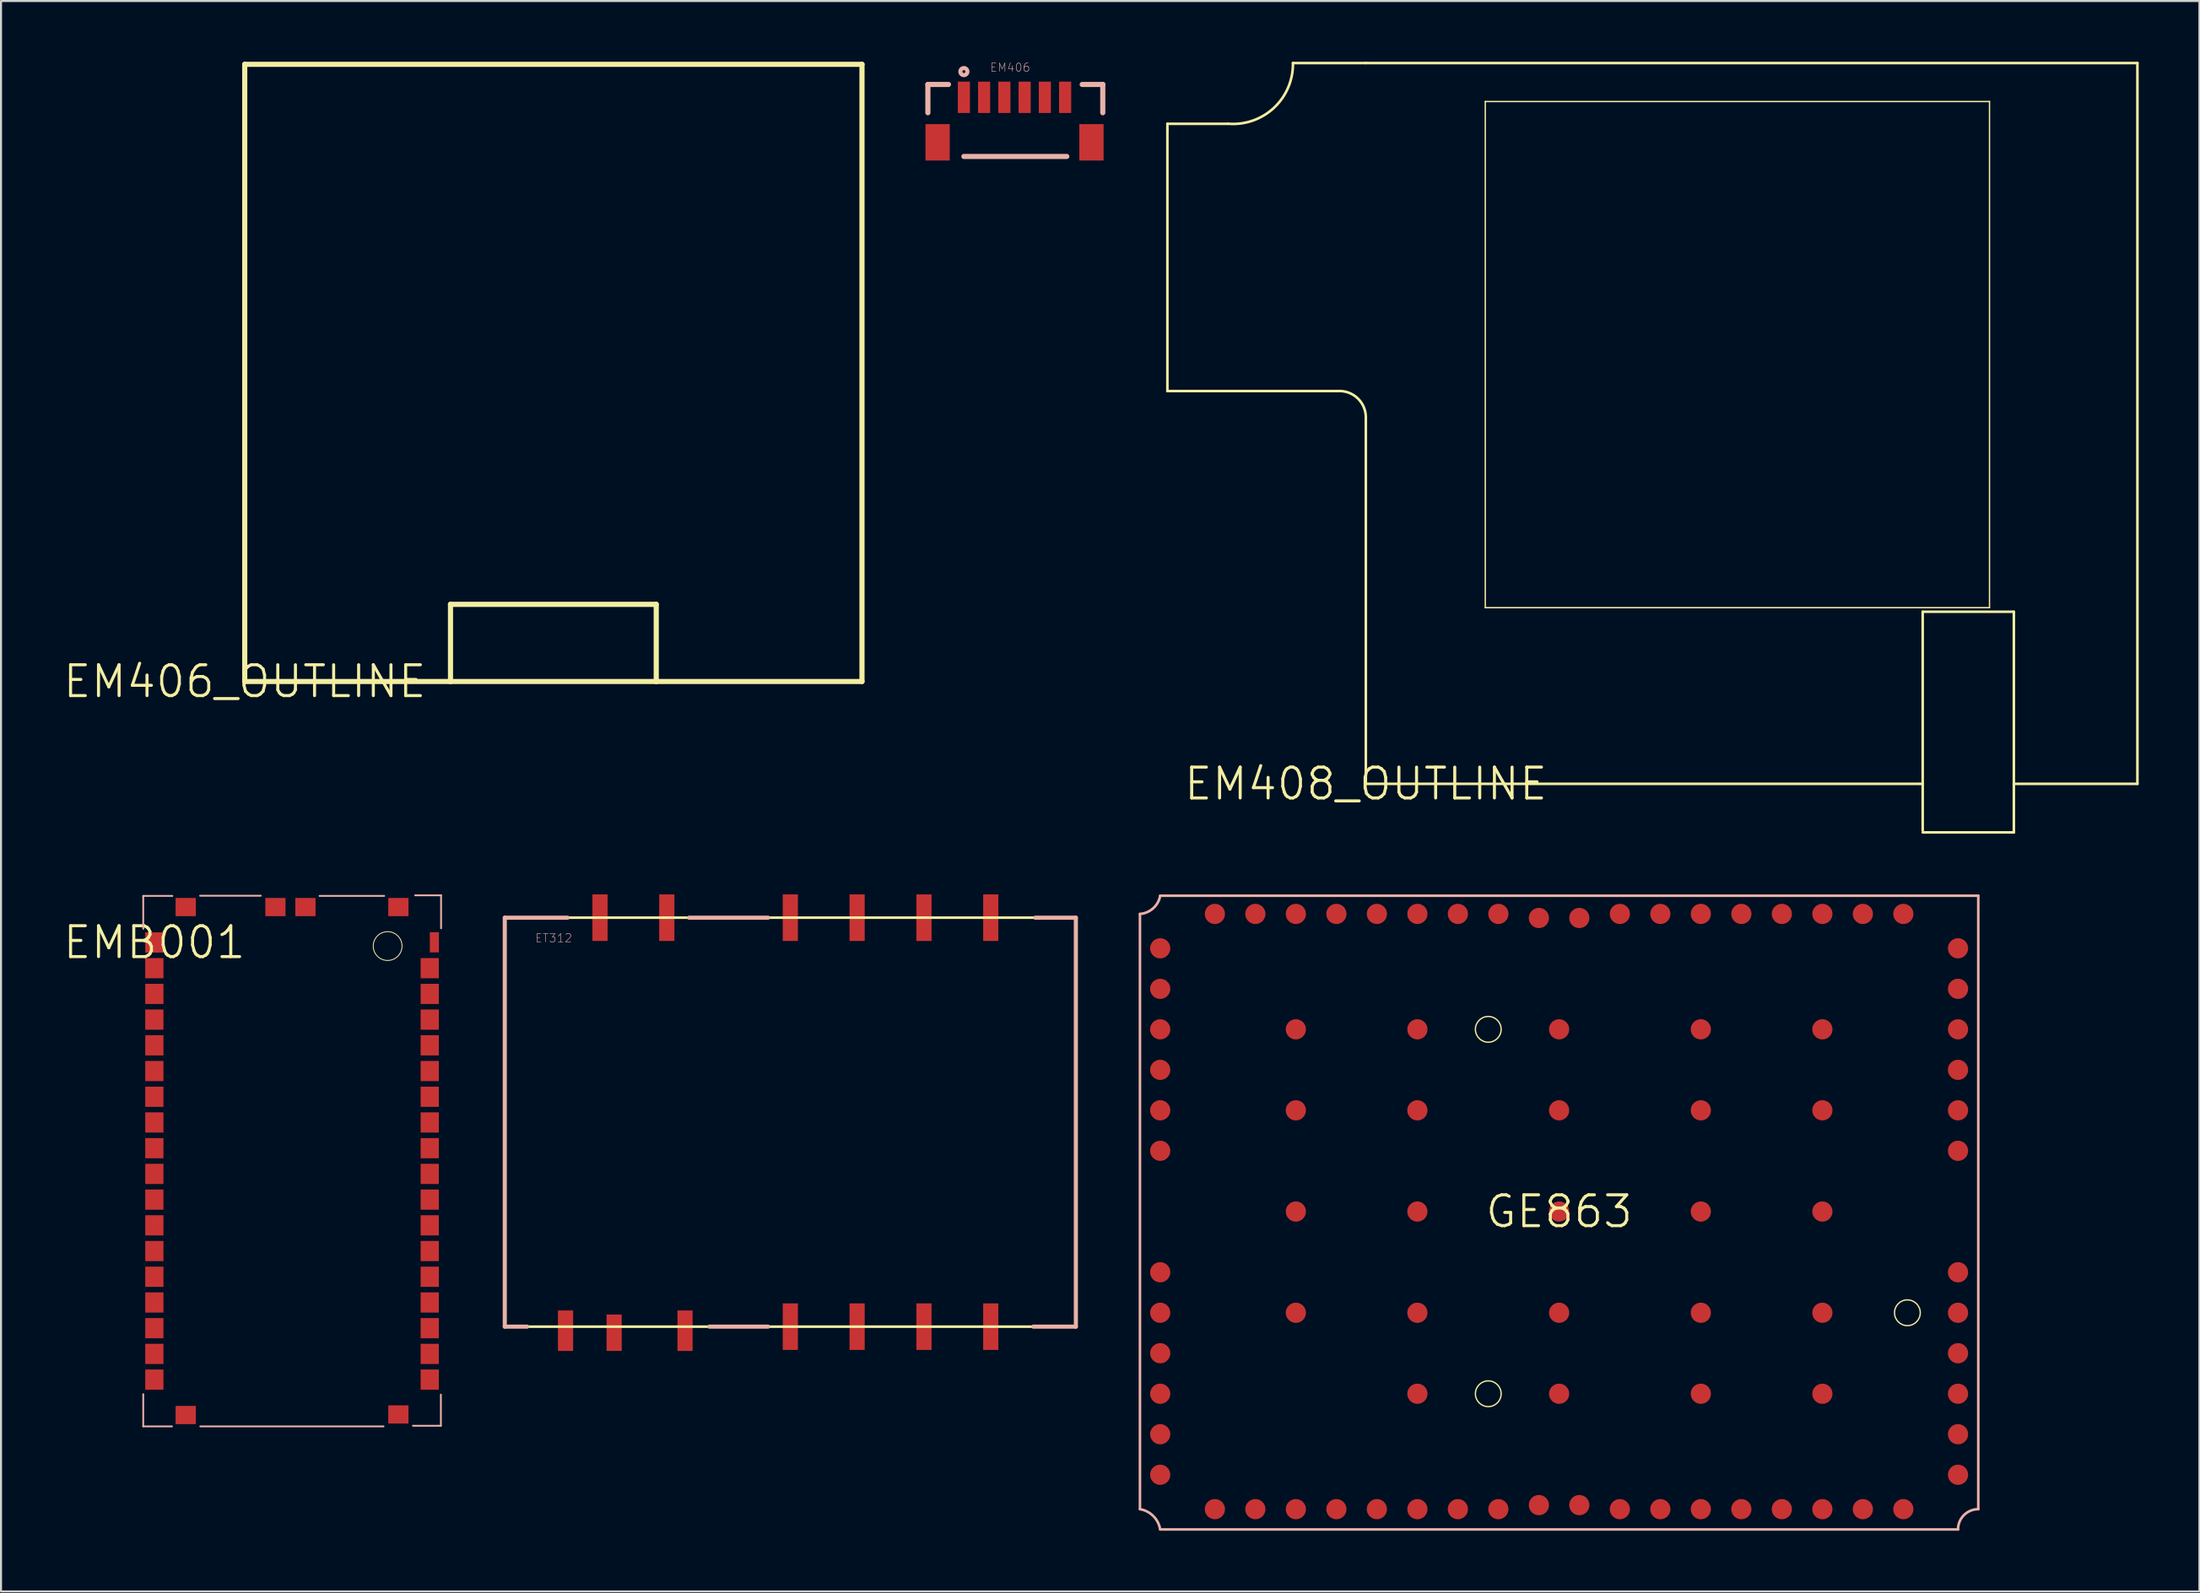
<source format=kicad_pcb>
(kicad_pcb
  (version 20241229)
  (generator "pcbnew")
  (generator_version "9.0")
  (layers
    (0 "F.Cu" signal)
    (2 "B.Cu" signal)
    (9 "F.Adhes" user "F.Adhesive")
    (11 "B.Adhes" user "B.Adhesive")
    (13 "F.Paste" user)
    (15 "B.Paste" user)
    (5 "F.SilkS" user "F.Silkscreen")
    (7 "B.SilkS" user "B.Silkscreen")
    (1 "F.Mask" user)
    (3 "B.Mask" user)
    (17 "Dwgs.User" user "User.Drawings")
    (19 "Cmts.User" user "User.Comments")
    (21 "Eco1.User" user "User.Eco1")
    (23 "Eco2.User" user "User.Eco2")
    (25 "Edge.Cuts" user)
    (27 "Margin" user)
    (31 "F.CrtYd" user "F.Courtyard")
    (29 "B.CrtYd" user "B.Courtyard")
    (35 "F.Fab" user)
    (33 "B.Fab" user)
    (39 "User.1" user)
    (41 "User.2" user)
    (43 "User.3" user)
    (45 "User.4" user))
  (footprint "EM408_OUTLINE"
    (layer "F.Cu")
    (at 64.395 35.662)
    (property "Reference" "EM408_OUTLINE" (at 0 0 0) (layer "F.SilkS") (effects (font (size 1.524 1.524) (thickness 0.15))))
    (attr exclude_from_pos_files exclude_from_bom)
    (fp_line (start -9.799 -32.598) (end -9.799 -32.299) (stroke (width 0.127) (type solid)) (layer "F.SilkS"))
    (fp_line (start -9.799 -32.299) (end -9.799 -19.398) (stroke (width 0.127) (type solid)) (layer "F.SilkS"))
    (fp_line (start -9.799 -19.398) (end -1.4 -19.398) (stroke (width 0.127) (type solid)) (layer "F.SilkS"))
    (fp_line (start -6.8 -32.598) (end -9.799 -32.598) (stroke (width 0.127) (type solid)) (layer "F.SilkS"))
    (fp_line (start 0 -35.598) (end -3.599 -35.598) (stroke (width 0.127) (type solid)) (layer "F.SilkS"))
    (fp_line (start 0 -18.098) (end 0 0) (stroke (width 0.127) (type solid)) (layer "F.SilkS"))
    (fp_line (start 0 0) (end 27.498 0) (stroke (width 0.127) (type solid)) (layer "F.SilkS"))
    (fp_line (start 5.898 -33.698) (end 30.797 -33.698) (stroke (width 0.066) (type solid)) (layer "F.SilkS"))
    (fp_line (start 5.898 -8.7) (end 5.898 -33.698) (stroke (width 0.066) (type solid)) (layer "F.SilkS"))
    (fp_line (start 5.898 -8.7) (end 30.797 -8.7) (stroke (width 0.066) (type solid)) (layer "F.SilkS"))
    (fp_line (start 27.498 -8.499) (end 27.498 0) (stroke (width 0.127) (type solid)) (layer "F.SilkS"))
    (fp_line (start 27.498 0) (end 27.498 2.299) (stroke (width 0.127) (type solid)) (layer "F.SilkS"))
    (fp_line (start 27.498 2.398) (end 31.999 2.398) (stroke (width 0.127) (type solid)) (layer "F.SilkS"))
    (fp_line (start 30.797 -8.7) (end 30.797 -33.698) (stroke (width 0.066) (type solid)) (layer "F.SilkS"))
    (fp_line (start 31.999 -8.499) (end 27.498 -8.499) (stroke (width 0.127) (type solid)) (layer "F.SilkS"))
    (fp_line (start 31.999 0) (end 31.999 -8.499) (stroke (width 0.127) (type solid)) (layer "F.SilkS"))
    (fp_line (start 31.999 2.398) (end 31.999 0) (stroke (width 0.127) (type solid)) (layer "F.SilkS"))
    (fp_line (start 38.1 -35.598) (end 0 -35.598) (stroke (width 0.127) (type solid)) (layer "F.SilkS"))
    (fp_line (start 38.1 0) (end 31.999 0) (stroke (width 0.127) (type solid)) (layer "F.SilkS"))
    (fp_line (start 38.1 0) (end 38.1 -35.598) (stroke (width 0.127) (type solid)) (layer "F.SilkS"))
    (fp_arc (start -3.59918 -35.5981) (mid -4.53484 -33.390142) (end -6.799008 -32.600153) (stroke (width 0.127) (type solid)) (layer "F.SilkS"))
    (fp_arc (start -1.39954 -19.39798) (mid -0.416066 -19.053469) (end 0.001036 -18.098516) (stroke (width 0.127) (type solid)) (layer "F.SilkS")))
  (footprint "EMB001"
    (layer "F.Cu")
    (at 4.572 43.496)
    (property "Reference" "EMB001" (at 0 0 0) (layer "F.SilkS") (effects (font (size 1.524 1.524) (thickness 0.15))))
    (attr smd)
    (fp_circle (center 11.519 0.178) (end 12.022 0.681) (stroke (width 0.043) (type solid)) (fill no) (layer "F.SilkS"))
    (fp_line (start -0.549 -2.299) (end -0.549 -0.678) (stroke (width 0.089) (type solid)) (layer "B.SilkS"))
    (fp_line (start -0.549 22.309) (end -0.549 23.899) (stroke (width 0.089) (type solid)) (layer "B.SilkS"))
    (fp_line (start -0.549 23.899) (end 0.869 23.899) (stroke (width 0.089) (type solid)) (layer "B.SilkS"))
    (fp_line (start 0.889 -2.299) (end -0.549 -2.299) (stroke (width 0.089) (type solid)) (layer "B.SilkS"))
    (fp_line (start 2.258 -2.309) (end 5.258 -2.309) (stroke (width 0.089) (type solid)) (layer "B.SilkS"))
    (fp_line (start 2.268 23.899) (end 11.318 23.899) (stroke (width 0.089) (type solid)) (layer "B.SilkS"))
    (fp_line (start 8.158 -2.299) (end 11.349 -2.299) (stroke (width 0.089) (type solid)) (layer "B.SilkS"))
    (fp_line (start 12.769 23.868) (end 14.148 23.868) (stroke (width 0.089) (type solid)) (layer "B.SilkS"))
    (fp_line (start 12.878 -2.329) (end 14.158 -2.329) (stroke (width 0.089) (type solid)) (layer "B.SilkS"))
    (fp_line (start 14.148 23.868) (end 14.148 22.329) (stroke (width 0.089) (type solid)) (layer "B.SilkS"))
    (fp_line (start 14.158 -2.329) (end 14.158 -0.699) (stroke (width 0.089) (type solid)) (layer "B.SilkS"))
    (pad "1" smd rect (at 13.828 -0.008) (size 0.45 0.998) (layers "F.Cu" "F.Mask" "F.Paste"))
    (pad "2" smd rect (at 13.599 1.27) (size 0.899 0.998) (layers "F.Cu" "F.Mask" "F.Paste"))
    (pad "3" smd rect (at 13.599 2.54) (size 0.899 0.998) (layers "F.Cu" "F.Mask" "F.Paste"))
    (pad "4" smd rect (at 13.599 3.81) (size 0.899 0.998) (layers "F.Cu" "F.Mask" "F.Paste"))
    (pad "5" smd rect (at 13.599 5.08) (size 0.899 0.998) (layers "F.Cu" "F.Mask" "F.Paste"))
    (pad "6" smd rect (at 13.599 6.35) (size 0.899 0.998) (layers "F.Cu" "F.Mask" "F.Paste"))
    (pad "7" smd rect (at 13.599 7.62) (size 0.899 0.998) (layers "F.Cu" "F.Mask" "F.Paste"))
    (pad "8" smd rect (at 13.599 8.89) (size 0.899 0.998) (layers "F.Cu" "F.Mask" "F.Paste"))
    (pad "9" smd rect (at 13.599 10.16) (size 0.899 0.998) (layers "F.Cu" "F.Mask" "F.Paste"))
    (pad "10" smd rect (at 13.599 11.43) (size 0.899 0.998) (layers "F.Cu" "F.Mask" "F.Paste"))
    (pad "11" smd rect (at 13.599 12.7) (size 0.899 0.998) (layers "F.Cu" "F.Mask" "F.Paste"))
    (pad "12" smd rect (at 13.599 13.97) (size 0.899 0.998) (layers "F.Cu" "F.Mask" "F.Paste"))
    (pad "13" smd rect (at 13.599 15.24) (size 0.899 0.998) (layers "F.Cu" "F.Mask" "F.Paste"))
    (pad "14" smd rect (at 13.599 16.51) (size 0.899 0.998) (layers "F.Cu" "F.Mask" "F.Paste"))
    (pad "15" smd rect (at 13.599 17.78) (size 0.899 0.998) (layers "F.Cu" "F.Mask" "F.Paste"))
    (pad "16" smd rect (at 13.599 19.05) (size 0.899 0.998) (layers "F.Cu" "F.Mask" "F.Paste"))
    (pad "17" smd rect (at 13.599 20.32) (size 0.899 0.998) (layers "F.Cu" "F.Mask" "F.Paste"))
    (pad "18" smd rect (at 13.599 21.59) (size 0.899 0.998) (layers "F.Cu" "F.Mask" "F.Paste"))
    (pad "19" smd rect (at 12.05 23.31) (size 0.998 0.899) (layers "F.Cu" "F.Mask" "F.Paste"))
    (pad "20" smd rect (at 1.549 23.338) (size 0.998 0.899) (layers "F.Cu" "F.Mask" "F.Paste"))
    (pad "21" smd rect (at 0 21.59) (size 0.899 0.998) (layers "F.Cu" "F.Mask" "F.Paste"))
    (pad "22" smd rect (at 0 20.32) (size 0.899 0.998) (layers "F.Cu" "F.Mask" "F.Paste"))
    (pad "23" smd rect (at 0 19.05) (size 0.899 0.998) (layers "F.Cu" "F.Mask" "F.Paste"))
    (pad "24" smd rect (at 0 17.78) (size 0.899 0.998) (layers "F.Cu" "F.Mask" "F.Paste"))
    (pad "25" smd rect (at 0 16.51) (size 0.899 0.998) (layers "F.Cu" "F.Mask" "F.Paste"))
    (pad "26" smd rect (at 0 15.24) (size 0.899 0.998) (layers "F.Cu" "F.Mask" "F.Paste"))
    (pad "27" smd rect (at 0 13.97) (size 0.899 0.998) (layers "F.Cu" "F.Mask" "F.Paste"))
    (pad "28" smd rect (at 0 12.7) (size 0.899 0.998) (layers "F.Cu" "F.Mask" "F.Paste"))
    (pad "29" smd rect (at 0 11.43) (size 0.899 0.998) (layers "F.Cu" "F.Mask" "F.Paste"))
    (pad "30" smd rect (at 0 10.16) (size 0.899 0.998) (layers "F.Cu" "F.Mask" "F.Paste"))
    (pad "31" smd rect (at 0 8.89) (size 0.899 0.998) (layers "F.Cu" "F.Mask" "F.Paste"))
    (pad "32" smd rect (at 0 7.62) (size 0.899 0.998) (layers "F.Cu" "F.Mask" "F.Paste"))
    (pad "33" smd rect (at 0 6.35) (size 0.899 0.998) (layers "F.Cu" "F.Mask" "F.Paste"))
    (pad "34" smd rect (at 0 5.08) (size 0.899 0.998) (layers "F.Cu" "F.Mask" "F.Paste"))
    (pad "35" smd rect (at 0 3.81) (size 0.899 0.998) (layers "F.Cu" "F.Mask" "F.Paste"))
    (pad "36" smd rect (at 0 2.54) (size 0.899 0.998) (layers "F.Cu" "F.Mask" "F.Paste"))
    (pad "37" smd rect (at 0 1.27) (size 0.899 0.998) (layers "F.Cu" "F.Mask" "F.Paste"))
    (pad "38" smd rect (at 0 0) (size 0.899 0.998) (layers "F.Cu" "F.Mask" "F.Paste"))
    (pad "39" smd rect (at 1.549 -1.748) (size 0.998 0.899) (layers "F.Cu" "F.Mask" "F.Paste"))
    (pad "40" smd rect (at 5.979 -1.748) (size 0.998 0.899) (layers "F.Cu" "F.Mask" "F.Paste"))
    (pad "41" smd rect (at 7.46 -1.748) (size 0.998 0.899) (layers "F.Cu" "F.Mask" "F.Paste"))
    (pad "42" smd rect (at 12.05 -1.748) (size 0.998 0.899) (layers "F.Cu" "F.Mask" "F.Paste")))
  (footprint "EM406_OUTLINE"
    (layer "F.Cu")
    (at 9.035 30.607)
    (property "Reference" "EM406_OUTLINE" (at 0 0 0) (layer "F.SilkS") (effects (font (size 1.524 1.524) (thickness 0.15))))
    (attr exclude_from_pos_files exclude_from_bom)
    (fp_line (start 0 -30.48) (end 30.48 -30.48) (stroke (width 0.254) (type solid)) (layer "F.SilkS"))
    (fp_line (start 0 0) (end 0 -30.48) (stroke (width 0.254) (type solid)) (layer "F.SilkS"))
    (fp_line (start 10.16 0) (end 0 0) (stroke (width 0.254) (type solid)) (layer "F.SilkS"))
    (fp_line (start 10.16 0) (end 10.16 -3.81) (stroke (width 0.254) (type solid)) (layer "F.SilkS"))
    (fp_line (start 20.32 -3.81) (end 10.16 -3.81) (stroke (width 0.254) (type solid)) (layer "F.SilkS"))
    (fp_line (start 20.32 0) (end 10.16 0) (stroke (width 0.254) (type solid)) (layer "F.SilkS"))
    (fp_line (start 20.32 0) (end 20.32 -3.81) (stroke (width 0.254) (type solid)) (layer "F.SilkS"))
    (fp_line (start 30.48 -30.48) (end 30.48 0) (stroke (width 0.254) (type solid)) (layer "F.SilkS"))
    (fp_line (start 30.48 0) (end 20.32 0) (stroke (width 0.254) (type solid)) (layer "F.SilkS")))
  (footprint "EM406"
    (layer "F.Cu")
    (at 44.547 1.756)
    (property "Reference" "EM406" (at 2.286 -1.473 0) (layer "B.SilkS") (effects (font (size 0.406 0.406) (thickness 0.025))))
    (attr smd)
    (fp_line (start -1.778 -0.635) (end -0.762 -0.635) (stroke (width 0.254) (type solid)) (layer "B.SilkS"))
    (fp_line (start -1.778 0.762) (end -1.778 -0.635) (stroke (width 0.254) (type solid)) (layer "B.SilkS"))
    (fp_line (start 0 2.921) (end 5.08 2.921) (stroke (width 0.254) (type solid)) (layer "B.SilkS"))
    (fp_line (start 5.842 -0.635) (end 6.858 -0.635) (stroke (width 0.254) (type solid)) (layer "B.SilkS"))
    (fp_line (start 6.858 -0.635) (end 6.858 0.762) (stroke (width 0.254) (type solid)) (layer "B.SilkS"))
    (fp_circle (center 0 -1.27) (end -0.051 -1.321) (stroke (width 0.203) (type solid)) (fill no) (layer "B.SilkS"))
    (pad "1" smd rect (at 0 0) (size 0.599 1.549) (layers "F.Cu" "F.Mask" "F.Paste"))
    (pad "2" smd rect (at 0.998 0) (size 0.599 1.549) (layers "F.Cu" "F.Mask" "F.Paste"))
    (pad "3" smd rect (at 1.999 0) (size 0.599 1.549) (layers "F.Cu" "F.Mask" "F.Paste"))
    (pad "4" smd rect (at 3 0) (size 0.599 1.549) (layers "F.Cu" "F.Mask" "F.Paste"))
    (pad "5" smd rect (at 3.998 0) (size 0.599 1.549) (layers "F.Cu" "F.Mask" "F.Paste"))
    (pad "6" smd rect (at 4.999 0) (size 0.599 1.549) (layers "F.Cu" "F.Mask" "F.Paste"))
    (pad "P$1" smd rect (at -1.298 2.223) (size 1.199 1.798) (layers "F.Cu" "F.Mask" "F.Paste"))
    (pad "P$2" smd rect (at 6.299 2.223) (size 1.199 1.798) (layers "F.Cu" "F.Mask" "F.Paste")))
  (footprint "ET312"
    (layer "F.Cu")
    (at 35.976 52.371)
    (property "Reference" "ET312" (at -11.684 -9.093 0) (layer "B.SilkS") (effects (font (size 0.406 0.406) (thickness 0.025))))
    (attr smd)
    (fp_line (start -14.1 -10.099) (end 14.1 -10.099) (stroke (width 0.127) (type solid)) (layer "F.SilkS"))
    (fp_line (start -14.1 10.099) (end -14.1 -10.099) (stroke (width 0.127) (type solid)) (layer "F.SilkS"))
    (fp_line (start 14.1 -10.099) (end 14.1 10.099) (stroke (width 0.127) (type solid)) (layer "F.SilkS"))
    (fp_line (start 14.1 10.099) (end -14.1 10.099) (stroke (width 0.127) (type solid)) (layer "F.SilkS"))
    (fp_line (start -14.1 -10.099) (end -14.1 10.099) (stroke (width 0.203) (type solid)) (layer "B.SilkS"))
    (fp_line (start -14.1 10.099) (end -13 10.099) (stroke (width 0.203) (type solid)) (layer "B.SilkS"))
    (fp_line (start -10.998 -10.099) (end -14.1 -10.099) (stroke (width 0.203) (type solid)) (layer "B.SilkS"))
    (fp_line (start -4.999 -10.099) (end -1.1 -10.099) (stroke (width 0.203) (type solid)) (layer "B.SilkS"))
    (fp_line (start -3.998 10.099) (end -1.1 10.099) (stroke (width 0.203) (type solid)) (layer "B.SilkS"))
    (fp_line (start 11.999 10.099) (end 14.1 10.099) (stroke (width 0.203) (type solid)) (layer "B.SilkS"))
    (fp_line (start 14.1 -10.099) (end 12.098 -10.099) (stroke (width 0.203) (type solid)) (layer "B.SilkS"))
    (fp_line (start 14.1 10.099) (end 14.1 -10.099) (stroke (width 0.203) (type solid)) (layer "B.SilkS"))
    (pad "1" smd rect (at -9.398 -10.099) (size 0.749 2.299) (layers "F.Cu" "F.Mask" "F.Paste"))
    (pad "2" smd rect (at -6.099 -10.099) (size 0.749 2.299) (layers "F.Cu" "F.Mask" "F.Paste"))
    (pad "3" smd rect (at 0 -10.099) (size 0.749 2.299) (layers "F.Cu" "F.Mask" "F.Paste"))
    (pad "4" smd rect (at 3.299 -10.099) (size 0.749 2.299) (layers "F.Cu" "F.Mask" "F.Paste"))
    (pad "5" smd rect (at 6.599 -10.099) (size 0.749 2.299) (layers "F.Cu" "F.Mask" "F.Paste"))
    (pad "6" smd rect (at 9.898 -10.099) (size 0.749 2.299) (layers "F.Cu" "F.Mask" "F.Paste"))
    (pad "7" smd rect (at 9.898 10.099) (size 0.749 2.299) (layers "F.Cu" "F.Mask" "F.Paste"))
    (pad "8" smd rect (at 6.599 10.099) (size 0.749 2.299) (layers "F.Cu" "F.Mask" "F.Paste"))
    (pad "9" smd rect (at 3.299 10.099) (size 0.749 2.299) (layers "F.Cu" "F.Mask" "F.Paste"))
    (pad "10" smd rect (at 0 10.099) (size 0.749 2.299) (layers "F.Cu" "F.Mask" "F.Paste"))
    (pad "11" smd rect (at -5.199 10.3) (size 0.749 1.999) (layers "F.Cu" "F.Mask" "F.Paste"))
    (pad "12" smd rect (at -8.7 10.399) (size 0.749 1.798) (layers "F.Cu" "F.Mask" "F.Paste"))
    (pad "13" smd rect (at -11.1 10.3) (size 0.749 1.999) (layers "F.Cu" "F.Mask" "F.Paste")))
  (footprint "GE863"
    (layer "F.Cu")
    (at 73.939 56.785)
    (property "Reference" "GE863" (at 0 0 0) (layer "F.SilkS") (effects (font (size 1.524 1.524) (thickness 0.15))))
    (attr smd)
    (fp_circle (center -3.498 -8.999) (end -3.947 -9.449) (stroke (width 0.064) (type solid)) (fill no) (layer "F.SilkS"))
    (fp_circle (center -3.498 8.999) (end -3.947 9.449) (stroke (width 0.064) (type solid)) (fill no) (layer "F.SilkS"))
    (fp_circle (center 17.198 4.999) (end 17.648 5.448) (stroke (width 0.064) (type solid)) (fill no) (layer "F.SilkS"))
    (fp_line (start -20.698 -14.699) (end -20.698 14.699) (stroke (width 0.127) (type solid)) (layer "B.SilkS"))
    (fp_line (start -19.698 -15.598) (end 20.698 -15.598) (stroke (width 0.127) (type solid)) (layer "B.SilkS"))
    (fp_line (start -19.698 15.7) (end 19.698 15.7) (stroke (width 0.127) (type solid)) (layer "B.SilkS"))
    (fp_line (start 20.698 -15.598) (end 20.698 14.699) (stroke (width 0.127) (type solid)) (layer "B.SilkS"))
    (fp_arc (start -20.69846 14.69898) (mid -20.039566 15.038357) (end -19.700228 15.697271) (stroke (width 0.127) (type solid)) (layer "B.SilkS"))
    (fp_arc (start -19.6977 -15.59814) (mid -20.045221 -14.977163) (end -20.699199 -14.696637) (stroke (width 0.127) (type solid)) (layer "B.SilkS"))
    (fp_arc (start 19.6977 15.69974) (mid 19.990816 14.992096) (end 20.69846 14.69898) (stroke (width 0.127) (type solid)) (layer "B.SilkS"))
    (pad "1" smd circle (at 16.998 -14.699) (size 0.998 0.998) (layers "F.Cu" "F.Mask" "F.Paste"))
    (pad "2" smd circle (at 14.999 -14.699) (size 0.998 0.998) (layers "F.Cu" "F.Mask" "F.Paste"))
    (pad "3" smd circle (at 13 -14.699) (size 0.998 0.998) (layers "F.Cu" "F.Mask" "F.Paste"))
    (pad "4" smd circle (at 10.998 -14.699) (size 0.998 0.998) (layers "F.Cu" "F.Mask" "F.Paste"))
    (pad "5" smd circle (at 8.999 -14.699) (size 0.998 0.998) (layers "F.Cu" "F.Mask" "F.Paste"))
    (pad "6" smd circle (at 6.998 -14.699) (size 0.998 0.998) (layers "F.Cu" "F.Mask" "F.Paste"))
    (pad "7" smd circle (at 4.999 -14.699) (size 0.998 0.998) (layers "F.Cu" "F.Mask" "F.Paste"))
    (pad "8" smd circle (at 3 -14.699) (size 0.998 0.998) (layers "F.Cu" "F.Mask" "F.Paste"))
    (pad "9" smd circle (at -3 -14.699) (size 0.998 0.998) (layers "F.Cu" "F.Mask" "F.Paste"))
    (pad "10" smd circle (at -4.999 -14.699) (size 0.998 0.998) (layers "F.Cu" "F.Mask" "F.Paste"))
    (pad "11" smd circle (at -6.998 -14.699) (size 0.998 0.998) (layers "F.Cu" "F.Mask" "F.Paste"))
    (pad "12" smd circle (at -8.999 -14.699) (size 0.998 0.998) (layers "F.Cu" "F.Mask" "F.Paste"))
    (pad "13" smd circle (at -10.998 -14.699) (size 0.998 0.998) (layers "F.Cu" "F.Mask" "F.Paste"))
    (pad "14" smd circle (at -13 -14.699) (size 0.998 0.998) (layers "F.Cu" "F.Mask" "F.Paste"))
    (pad "15" smd circle (at -14.999 -14.699) (size 0.998 0.998) (layers "F.Cu" "F.Mask" "F.Paste"))
    (pad "16" smd circle (at -16.998 -14.699) (size 0.998 0.998) (layers "F.Cu" "F.Mask" "F.Paste"))
    (pad "17" smd circle (at -19.698 -13) (size 0.998 0.998) (layers "F.Cu" "F.Mask" "F.Paste"))
    (pad "18" smd circle (at -19.698 -10.998) (size 0.998 0.998) (layers "F.Cu" "F.Mask" "F.Paste"))
    (pad "19" smd circle (at -19.698 -8.999) (size 0.998 0.998) (layers "F.Cu" "F.Mask" "F.Paste"))
    (pad "20" smd circle (at -19.698 -6.998) (size 0.998 0.998) (layers "F.Cu" "F.Mask" "F.Paste"))
    (pad "21" smd circle (at -19.698 -4.999) (size 0.998 0.998) (layers "F.Cu" "F.Mask" "F.Paste"))
    (pad "22" smd circle (at -19.698 -3) (size 0.998 0.998) (layers "F.Cu" "F.Mask" "F.Paste"))
    (pad "23" smd circle (at -19.698 3) (size 0.998 0.998) (layers "F.Cu" "F.Mask" "F.Paste"))
    (pad "24" smd circle (at -19.698 4.999) (size 0.998 0.998) (layers "F.Cu" "F.Mask" "F.Paste"))
    (pad "25" smd circle (at -19.698 6.998) (size 0.998 0.998) (layers "F.Cu" "F.Mask" "F.Paste"))
    (pad "26" smd circle (at -19.698 8.999) (size 0.998 0.998) (layers "F.Cu" "F.Mask" "F.Paste"))
    (pad "27" smd circle (at -19.698 10.998) (size 0.998 0.998) (layers "F.Cu" "F.Mask" "F.Paste"))
    (pad "28" smd circle (at -19.698 13) (size 0.998 0.998) (layers "F.Cu" "F.Mask" "F.Paste"))
    (pad "29" smd circle (at -16.998 14.699) (size 0.998 0.998) (layers "F.Cu" "F.Mask" "F.Paste"))
    (pad "30" smd circle (at -14.999 14.699) (size 0.998 0.998) (layers "F.Cu" "F.Mask" "F.Paste"))
    (pad "31" smd circle (at -13 14.699) (size 0.998 0.998) (layers "F.Cu" "F.Mask" "F.Paste"))
    (pad "32" smd circle (at -10.998 14.699) (size 0.998 0.998) (layers "F.Cu" "F.Mask" "F.Paste"))
    (pad "33" smd circle (at -8.999 14.699) (size 0.998 0.998) (layers "F.Cu" "F.Mask" "F.Paste"))
    (pad "34" smd circle (at -6.998 14.699) (size 0.998 0.998) (layers "F.Cu" "F.Mask" "F.Paste"))
    (pad "35" smd circle (at -4.999 14.699) (size 0.998 0.998) (layers "F.Cu" "F.Mask" "F.Paste"))
    (pad "36" smd circle (at -3 14.699) (size 0.998 0.998) (layers "F.Cu" "F.Mask" "F.Paste"))
    (pad "37" smd circle (at 3 14.699) (size 0.998 0.998) (layers "F.Cu" "F.Mask" "F.Paste"))
    (pad "38" smd circle (at 4.999 14.699) (size 0.998 0.998) (layers "F.Cu" "F.Mask" "F.Paste"))
    (pad "39" smd circle (at 6.998 14.699) (size 0.998 0.998) (layers "F.Cu" "F.Mask" "F.Paste"))
    (pad "40" smd circle (at 8.999 14.699) (size 0.998 0.998) (layers "F.Cu" "F.Mask" "F.Paste"))
    (pad "41" smd circle (at 10.998 14.699) (size 0.998 0.998) (layers "F.Cu" "F.Mask" "F.Paste"))
    (pad "42" smd circle (at 13 14.699) (size 0.998 0.998) (layers "F.Cu" "F.Mask" "F.Paste"))
    (pad "43" smd circle (at 14.999 14.699) (size 0.998 0.998) (layers "F.Cu" "F.Mask" "F.Paste"))
    (pad "44" smd circle (at 16.998 14.699) (size 0.998 0.998) (layers "F.Cu" "F.Mask" "F.Paste"))
    (pad "45" smd circle (at 19.698 13) (size 0.998 0.998) (layers "F.Cu" "F.Mask" "F.Paste"))
    (pad "46" smd circle (at 19.698 10.998) (size 0.998 0.998) (layers "F.Cu" "F.Mask" "F.Paste"))
    (pad "47" smd circle (at 19.698 8.999) (size 0.998 0.998) (layers "F.Cu" "F.Mask" "F.Paste"))
    (pad "48" smd circle (at 19.698 6.998) (size 0.998 0.998) (layers "F.Cu" "F.Mask" "F.Paste"))
    (pad "49" smd circle (at 19.698 4.999) (size 0.998 0.998) (layers "F.Cu" "F.Mask" "F.Paste"))
    (pad "50" smd circle (at 19.698 3) (size 0.998 0.998) (layers "F.Cu" "F.Mask" "F.Paste"))
    (pad "51" smd circle (at 19.698 -3) (size 0.998 0.998) (layers "F.Cu" "F.Mask" "F.Paste"))
    (pad "52" smd circle (at 19.698 -4.999) (size 0.998 0.998) (layers "F.Cu" "F.Mask" "F.Paste"))
    (pad "53" smd circle (at 19.698 -6.998) (size 0.998 0.998) (layers "F.Cu" "F.Mask" "F.Paste"))
    (pad "54" smd circle (at 19.698 -8.999) (size 0.998 0.998) (layers "F.Cu" "F.Mask" "F.Paste"))
    (pad "55" smd circle (at 19.698 -10.998) (size 0.998 0.998) (layers "F.Cu" "F.Mask" "F.Paste"))
    (pad "56" smd circle (at 19.698 -13) (size 0.998 0.998) (layers "F.Cu" "F.Mask" "F.Paste"))
    (pad "57" smd circle (at 13 -8.999) (size 0.998 0.998) (layers "F.Cu" "F.Mask" "F.Paste"))
    (pad "58" smd circle (at 6.998 -8.999) (size 0.998 0.998) (layers "F.Cu" "F.Mask" "F.Paste"))
    (pad "59" smd circle (at 0 -8.999) (size 0.998 0.998) (layers "F.Cu" "F.Mask" "F.Paste"))
    (pad "60" smd circle (at -6.998 -8.999) (size 0.998 0.998) (layers "F.Cu" "F.Mask" "F.Paste"))
    (pad "61" smd circle (at -13 -8.999) (size 0.998 0.998) (layers "F.Cu" "F.Mask" "F.Paste"))
    (pad "62" smd circle (at 13 -4.999) (size 0.998 0.998) (layers "F.Cu" "F.Mask" "F.Paste"))
    (pad "63" smd circle (at 6.998 -4.999) (size 0.998 0.998) (layers "F.Cu" "F.Mask" "F.Paste"))
    (pad "64" smd circle (at 0 -4.999) (size 0.998 0.998) (layers "F.Cu" "F.Mask" "F.Paste"))
    (pad "65" smd circle (at -6.998 -4.999) (size 0.998 0.998) (layers "F.Cu" "F.Mask" "F.Paste"))
    (pad "66" smd circle (at -13 -4.999) (size 0.998 0.998) (layers "F.Cu" "F.Mask" "F.Paste"))
    (pad "67" smd circle (at 13 0) (size 0.998 0.998) (layers "F.Cu" "F.Mask" "F.Paste"))
    (pad "68" smd circle (at 6.998 0) (size 0.998 0.998) (layers "F.Cu" "F.Mask" "F.Paste"))
    (pad "69" smd circle (at 0 0) (size 0.998 0.998) (layers "F.Cu" "F.Mask" "F.Paste"))
    (pad "70" smd circle (at -6.998 0) (size 0.998 0.998) (layers "F.Cu" "F.Mask" "F.Paste"))
    (pad "71" smd circle (at -13 0) (size 0.998 0.998) (layers "F.Cu" "F.Mask" "F.Paste"))
    (pad "72" smd circle (at 13 4.999) (size 0.998 0.998) (layers "F.Cu" "F.Mask" "F.Paste"))
    (pad "73" smd circle (at 6.998 4.999) (size 0.998 0.998) (layers "F.Cu" "F.Mask" "F.Paste"))
    (pad "74" smd circle (at 0 4.999) (size 0.998 0.998) (layers "F.Cu" "F.Mask" "F.Paste"))
    (pad "75" smd circle (at -6.998 4.999) (size 0.998 0.998) (layers "F.Cu" "F.Mask" "F.Paste"))
    (pad "76" smd circle (at -13 4.999) (size 0.998 0.998) (layers "F.Cu" "F.Mask" "F.Paste"))
    (pad "77" smd circle (at 13 8.999) (size 0.998 0.998) (layers "F.Cu" "F.Mask" "F.Paste"))
    (pad "78" smd circle (at 6.998 8.999) (size 0.998 0.998) (layers "F.Cu" "F.Mask" "F.Paste"))
    (pad "79" smd circle (at 0 8.999) (size 0.998 0.998) (layers "F.Cu" "F.Mask" "F.Paste"))
    (pad "80" smd circle (at -6.998 8.999) (size 0.998 0.998) (layers "F.Cu" "F.Mask" "F.Paste"))
    (pad "81" smd circle (at 0.998 -14.498) (size 0.998 0.998) (layers "F.Cu" "F.Mask" "F.Paste"))
    (pad "82" smd circle (at -0.998 -14.498) (size 0.998 0.998) (layers "F.Cu" "F.Mask" "F.Paste"))
    (pad "83" smd circle (at -0.998 14.498) (size 0.998 0.998) (layers "F.Cu" "F.Mask" "F.Paste"))
    (pad "84" smd circle (at 0.998 14.498) (size 0.998 0.998) (layers "F.Cu" "F.Mask" "F.Paste")))
  (gr_rect
    (start -3 -3)
    (end 105.558 75.548)
    (stroke (width 0.1) (type default))
    (fill no)
    (layer "Edge.Cuts")))
</source>
